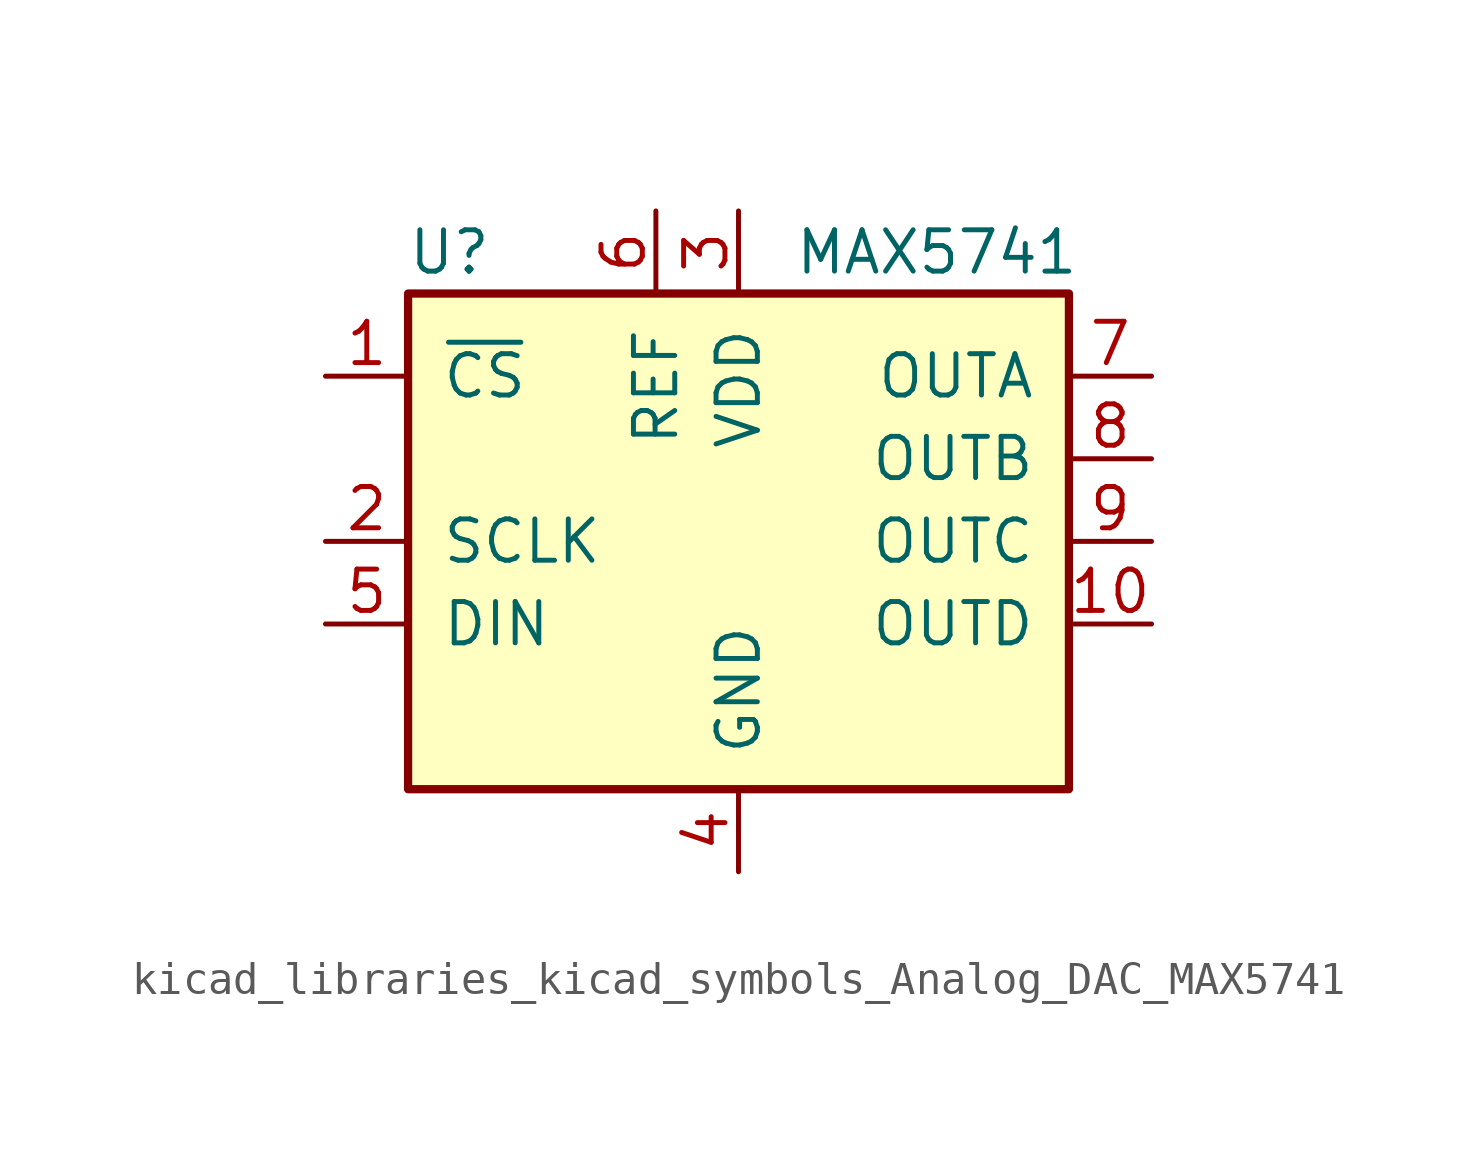
<source format=kicad_sym>
(kicad_symbol_lib
  (version 20220914)
  (generator kicad_symbol_editor)
  (symbol "kicad_libraries_kicad_symbols_Analog_DAC_MAX5741"
    (pin_names
      (offset 1.016))
    (property "Reference" "U"
      (at -8.89 8.89 0)
      (effects (font (size 1.27 1.27))))
    (property "Value" "MAX5741"
      (at 6.096 8.89 0)
      (effects (font (size 1.27 1.27))))
    (symbol "kicad_libraries_kicad_symbols_Analog_DAC_MAX5741_1_1"
      (rectangle (start -10.16 7.62) (end 10.16 -7.62) (stroke (width 0.254) (type default)) (fill (type background)))
      (pin input line (at -12.7 5.08 0) (length 2.54) (name "~{CS}" (effects (font (size 1.27 1.27)))) (number "1" (effects (font (size 1.27 1.27)))))
      (pin output line (at 12.7 -2.54 180) (length 2.54) (name "OUTD" (effects (font (size 1.27 1.27)))) (number "10" (effects (font (size 1.27 1.27)))))
      (pin input line (at -12.7 0 0) (length 2.54) (name "SCLK" (effects (font (size 1.27 1.27)))) (number "2" (effects (font (size 1.27 1.27)))))
      (pin power_in line (at 0 10.16 270) (length 2.54) (name "VDD" (effects (font (size 1.27 1.27)))) (number "3" (effects (font (size 1.27 1.27)))))
      (pin power_in line (at 0 -10.16 90) (length 2.54) (name "GND" (effects (font (size 1.27 1.27)))) (number "4" (effects (font (size 1.27 1.27)))))
      (pin input line (at -12.7 -2.54 0) (length 2.54) (name "DIN" (effects (font (size 1.27 1.27)))) (number "5" (effects (font (size 1.27 1.27)))))
      (pin power_in line (at -2.54 10.16 270) (length 2.54) (name "REF" (effects (font (size 1.27 1.27)))) (number "6" (effects (font (size 1.27 1.27)))))
      (pin output line (at 12.7 5.08 180) (length 2.54) (name "OUTA" (effects (font (size 1.27 1.27)))) (number "7" (effects (font (size 1.27 1.27)))))
      (pin output line (at 12.7 2.54 180) (length 2.54) (name "OUTB" (effects (font (size 1.27 1.27)))) (number "8" (effects (font (size 1.27 1.27)))))
      (pin output line (at 12.7 0 180) (length 2.54) (name "OUTC" (effects (font (size 1.27 1.27)))) (number "9" (effects (font (size 1.27 1.27))))))))
</source>
